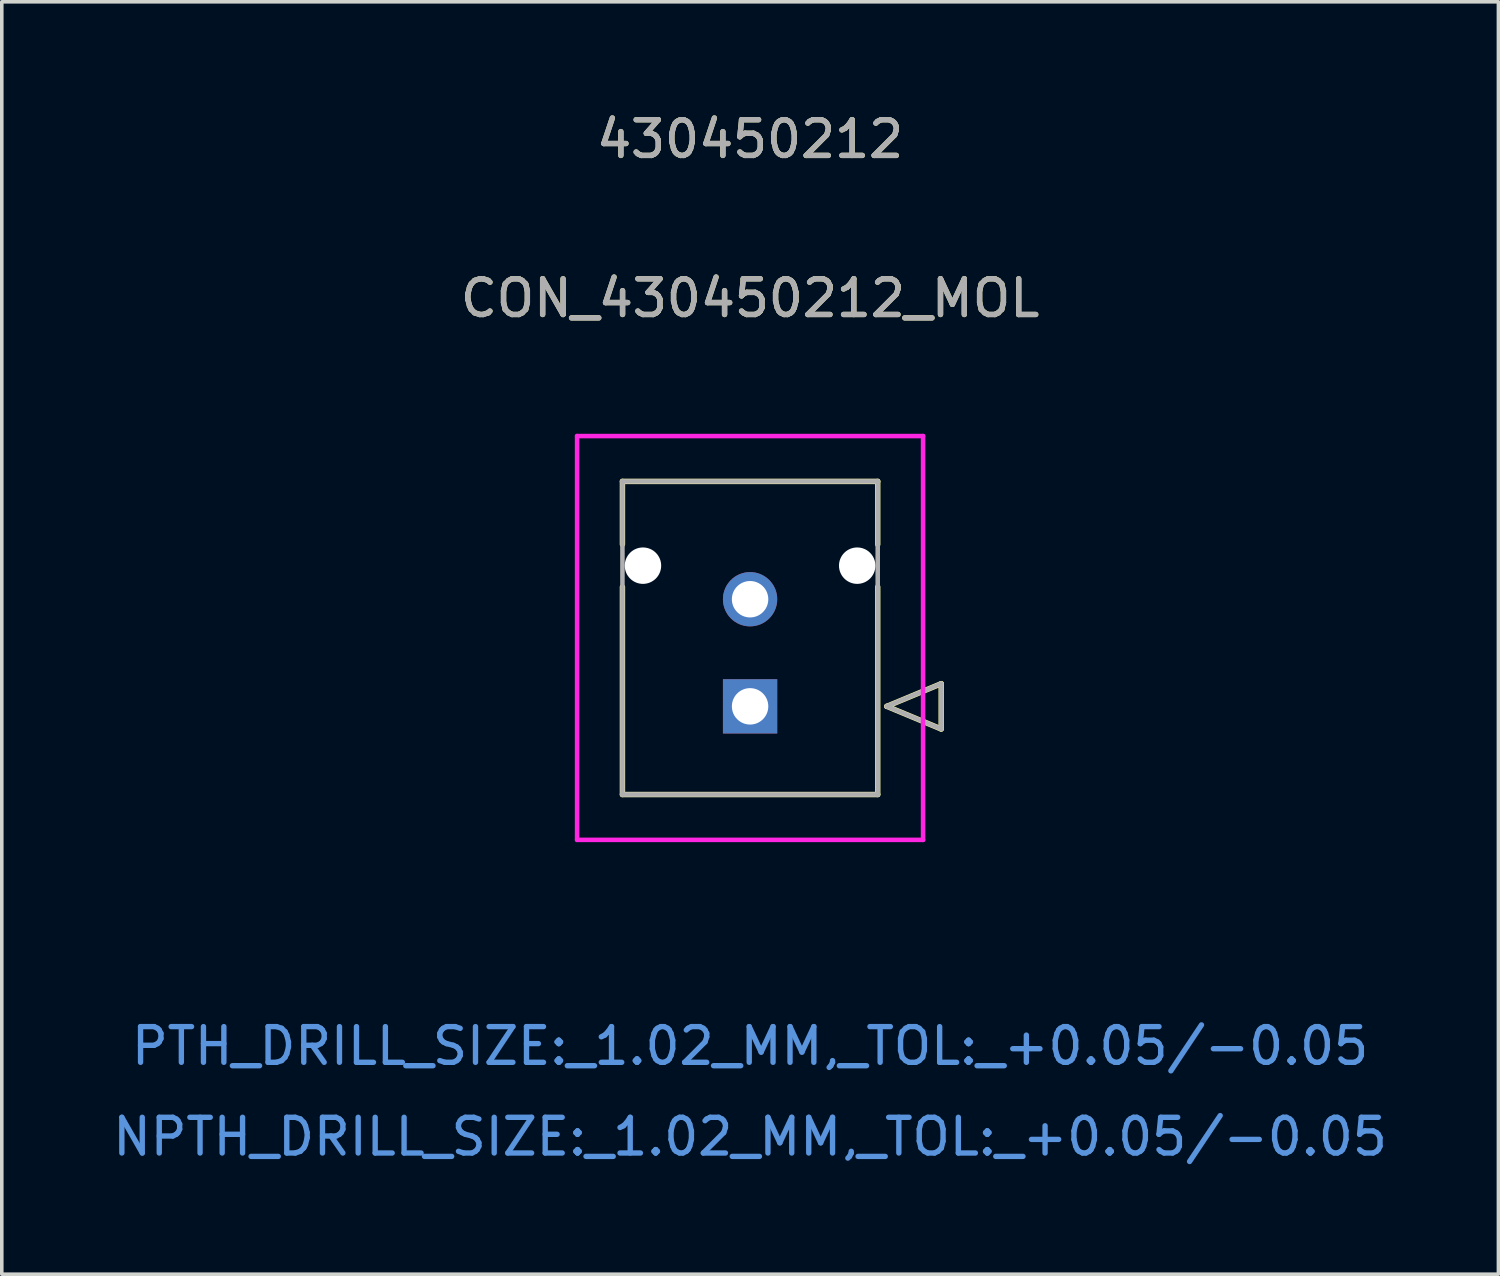
<source format=kicad_pcb>
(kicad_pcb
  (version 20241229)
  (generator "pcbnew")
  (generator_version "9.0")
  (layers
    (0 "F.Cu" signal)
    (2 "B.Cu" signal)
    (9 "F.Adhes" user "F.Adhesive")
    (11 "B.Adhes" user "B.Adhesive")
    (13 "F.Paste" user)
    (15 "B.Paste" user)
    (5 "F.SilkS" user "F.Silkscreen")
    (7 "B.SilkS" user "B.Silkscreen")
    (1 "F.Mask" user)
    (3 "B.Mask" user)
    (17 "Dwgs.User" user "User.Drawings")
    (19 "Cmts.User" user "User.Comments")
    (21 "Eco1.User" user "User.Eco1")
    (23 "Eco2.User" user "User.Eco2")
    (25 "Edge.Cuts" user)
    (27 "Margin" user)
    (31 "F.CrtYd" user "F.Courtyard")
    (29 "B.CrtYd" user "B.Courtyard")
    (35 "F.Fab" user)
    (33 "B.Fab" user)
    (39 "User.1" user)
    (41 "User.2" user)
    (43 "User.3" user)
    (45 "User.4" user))
  (footprint "CON_430450212_MOL"
    (layer "F.Cu")
    (at 17.958 16.733)
    (property "Reference" "CON_430450212_MOL" (at 0 -11.43 0) (unlocked yes) (layer "F.SilkS") (effects (font (size 1 1) (thickness 0.15))))
    (attr through_hole)
    (fp_line (start -3.575 -6.3) (end -3.575 -4.535) (stroke (width 0.152) (type solid)) (layer "F.SilkS"))
    (fp_line (start -3.575 -3.345) (end -3.575 2.47) (stroke (width 0.152) (type solid)) (layer "F.SilkS"))
    (fp_line (start -3.575 2.47) (end 3.575 2.47) (stroke (width 0.152) (type solid)) (layer "F.SilkS"))
    (fp_line (start 3.575 -6.3) (end -3.575 -6.3) (stroke (width 0.152) (type solid)) (layer "F.SilkS"))
    (fp_line (start 3.575 -4.535) (end 3.575 -6.3) (stroke (width 0.152) (type solid)) (layer "F.SilkS"))
    (fp_line (start 3.575 2.47) (end 3.575 -3.345) (stroke (width 0.152) (type solid)) (layer "F.SilkS"))
    (fp_line (start 3.829 0) (end 5.353 -0.635) (stroke (width 0.152) (type solid)) (layer "F.SilkS"))
    (fp_line (start 5.353 -0.635) (end 5.353 0.635) (stroke (width 0.152) (type solid)) (layer "F.SilkS"))
    (fp_line (start 5.353 0.635) (end 3.829 0) (stroke (width 0.152) (type solid)) (layer "F.SilkS"))
    (fp_line (start -4.845 -7.57) (end -4.845 3.74) (stroke (width 0.127) (type solid)) (layer "F.CrtYd"))
    (fp_line (start -4.845 3.74) (end 4.845 3.74) (stroke (width 0.127) (type solid)) (layer "F.CrtYd"))
    (fp_line (start 4.845 -7.57) (end -4.845 -7.57) (stroke (width 0.127) (type solid)) (layer "F.CrtYd"))
    (fp_line (start 4.845 3.74) (end 4.845 -7.57) (stroke (width 0.127) (type solid)) (layer "F.CrtYd"))
    (fp_line (start -3.575 -6.3) (end -3.575 2.47) (stroke (width 0.127) (type solid)) (layer "F.Fab"))
    (fp_line (start -3.575 2.47) (end 3.575 2.47) (stroke (width 0.127) (type solid)) (layer "F.Fab"))
    (fp_line (start 3.575 -6.3) (end -3.575 -6.3) (stroke (width 0.127) (type solid)) (layer "F.Fab"))
    (fp_line (start 3.575 2.47) (end 3.575 -6.3) (stroke (width 0.127) (type solid)) (layer "F.Fab"))
    (fp_line (start 3.829 0) (end 5.353 -0.635) (stroke (width 0.127) (type solid)) (layer "F.Fab"))
    (fp_line (start 5.353 -0.635) (end 5.353 0.635) (stroke (width 0.127) (type solid)) (layer "F.Fab"))
    (fp_line (start 5.353 0.635) (end 3.829 0) (stroke (width 0.127) (type solid)) (layer "F.Fab"))
    (fp_text user "430450212" (at 0 -15.885 0) (unlocked yes) (layer "F.SilkS") (effects (font (size 1 1) (thickness 0.15))))
    (fp_text user "NPTH_DRILL_SIZE:_1.02_MM,_TOL:_+0.05/-0.05" (at 0 12.055 0) (unlocked yes) (layer "Cmts.User") (effects (font (size 1 1) (thickness 0.15))))
    (fp_text user "PTH_DRILL_SIZE:_1.02_MM,_TOL:_+0.05/-0.05" (at 0 9.515 0) (unlocked yes) (layer "Cmts.User") (effects (font (size 1 1) (thickness 0.15))))
    (fp_text user "${REFERENCE}" (at 0 -11.43 0) (unlocked yes) (layer "F.Fab") (effects (font (size 1 1) (thickness 0.15))))
    (fp_text user "430450212" (at 0 -15.885 0) (unlocked yes) (layer "F.Fab") (effects (font (size 1 1) (thickness 0.15))))
    (pad "" np_thru_hole circle (at -3 -3.94) (size 1.02 1.02) (drill 1.02) (layers "*.Cu" "*.Mask"))
    (pad "" np_thru_hole circle (at 3 -3.94) (size 1.02 1.02) (drill 1.02) (layers "*.Cu" "*.Mask"))
    (pad "1" thru_hole rect (at 0 0) (size 1.52 1.52) (drill 1.02) (layers "*.Cu" "*.Mask"))
    (pad "2" thru_hole circle (at 0 -3) (size 1.52 1.52) (drill 1.02) (layers "*.Cu" "*.Mask")))
  (gr_rect
    (start -3 -3)
    (end 38.917 32.637)
    (stroke (width 0.1) (type default))
    (fill no)
    (layer "Edge.Cuts")))
</source>
